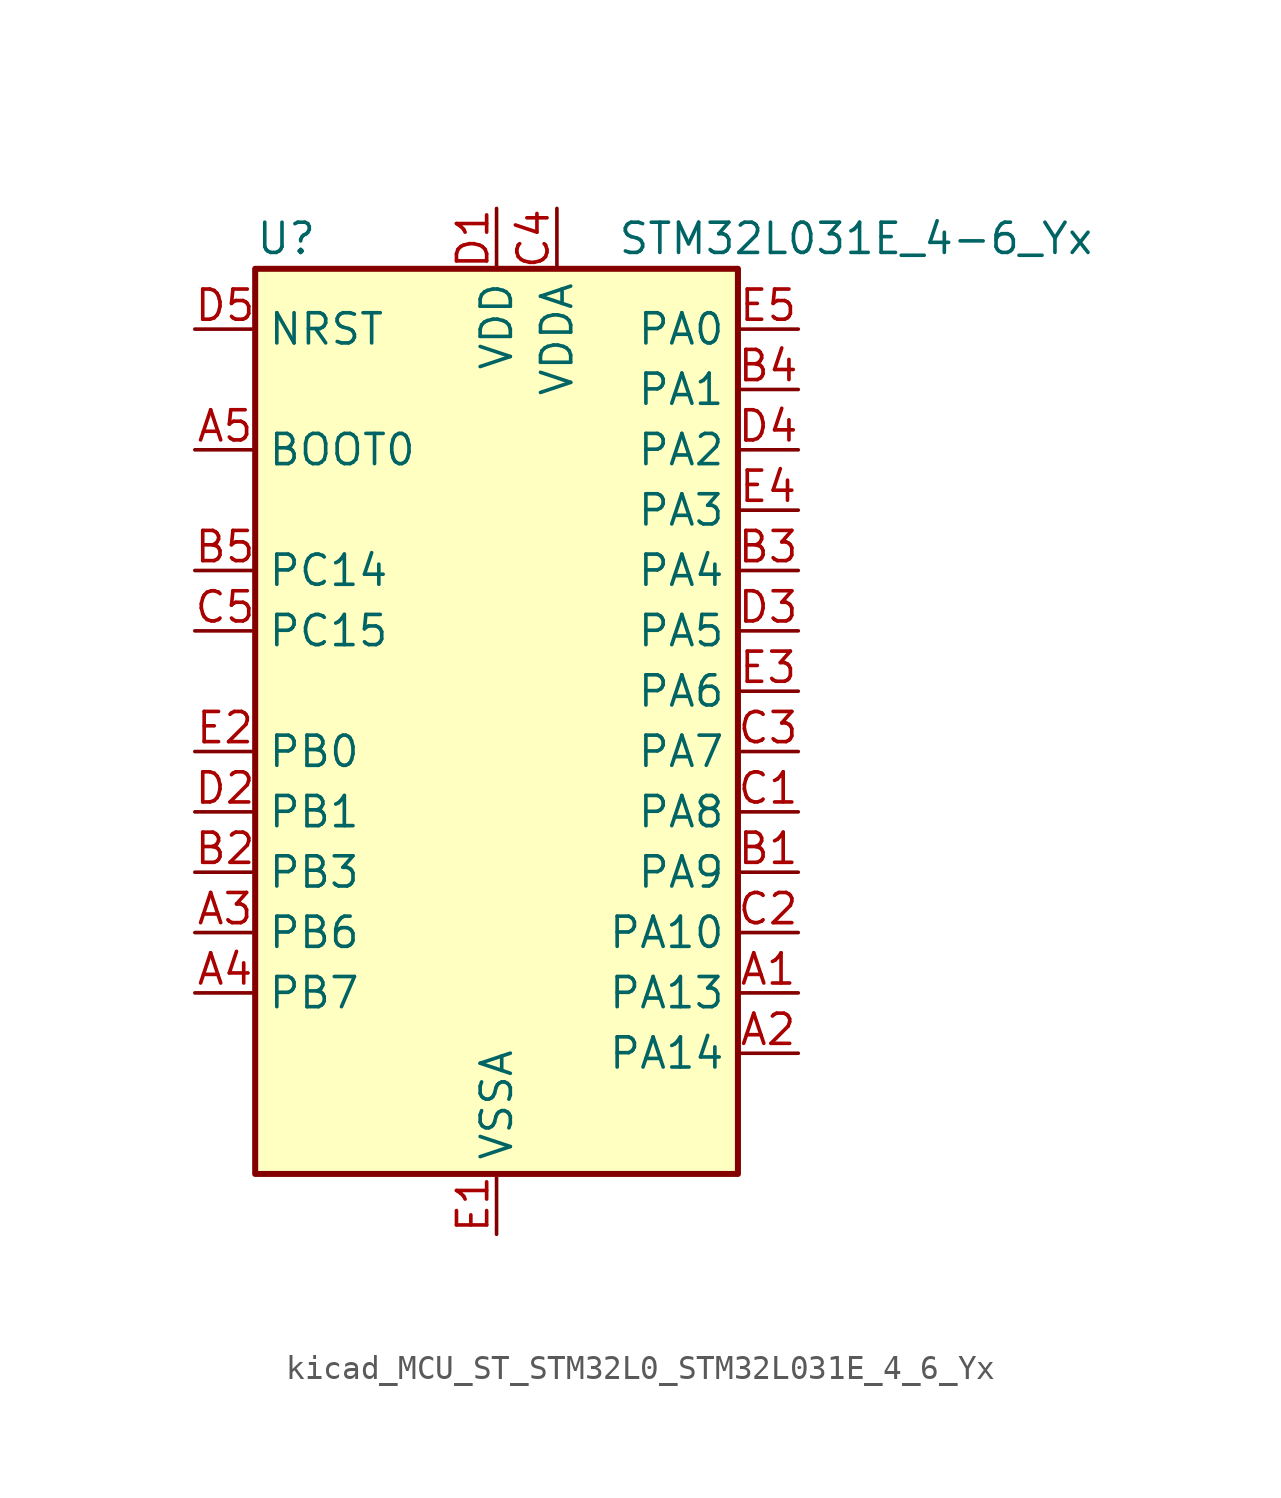
<source format=kicad_sym>
(kicad_symbol_lib
  (version 20220914)
  (generator kicad_symbol_editor)
  (symbol "kicad_MCU_ST_STM32L0_STM32L031E_4_6_Yx"
    (property "Reference" "U"
      (at -10.16 21.59 0)
      (effects (font (size 1.27 1.27)) (justify left)))
    (property "Value" "STM32L031E_4-6_Yx"
      (at 5.08 21.59 0)
      (effects (font (size 1.27 1.27)) (justify left)))
    (property "ki_locked" ""
      (at 0 0 0)
      (effects (font (size 1.27 1.27))))
    (symbol "kicad_MCU_ST_STM32L0_STM32L031E_4_6_Yx_0_1"
      (rectangle (start -10.16 -17.78) (end 10.16 20.32) (stroke (width 0.254) (type default)) (fill (type background))))
    (symbol "kicad_MCU_ST_STM32L0_STM32L031E_4_6_Yx_1_1"
      (pin bidirectional line (at 12.7 -10.16 180) (length 2.54) (name "PA13" (effects (font (size 1.27 1.27)))) (number "A1" (effects (font (size 1.27 1.27)))) (alternate "LPTIM1_ETR" bidirectional line) (alternate "LPUART1_RX" bidirectional line) (alternate "SYS_SWDIO" bidirectional line))
      (pin bidirectional line (at 12.7 -12.7 180) (length 2.54) (name "PA14" (effects (font (size 1.27 1.27)))) (number "A2" (effects (font (size 1.27 1.27)))) (alternate "I2C1_SMBA" bidirectional line) (alternate "LPTIM1_OUT" bidirectional line) (alternate "LPUART1_TX" bidirectional line) (alternate "SYS_SWCLK" bidirectional line) (alternate "USART2_TX" bidirectional line))
      (pin bidirectional line (at -12.7 -7.62 0) (length 2.54) (name "PB6" (effects (font (size 1.27 1.27)))) (number "A3" (effects (font (size 1.27 1.27)))) (alternate "COMP2_INP" bidirectional line) (alternate "I2C1_SCL" bidirectional line) (alternate "LPTIM1_ETR" bidirectional line) (alternate "TIM21_CH1" bidirectional line) (alternate "USART2_TX" bidirectional line))
      (pin bidirectional line (at -12.7 -10.16 0) (length 2.54) (name "PB7" (effects (font (size 1.27 1.27)))) (number "A4" (effects (font (size 1.27 1.27)))) (alternate "COMP2_INP" bidirectional line) (alternate "I2C1_SDA" bidirectional line) (alternate "LPTIM1_IN2" bidirectional line) (alternate "SYS_PVD_IN" bidirectional line) (alternate "USART2_RX" bidirectional line))
      (pin input line (at -12.7 12.7 0) (length 2.54) (name "BOOT0" (effects (font (size 1.27 1.27)))) (number "A5" (effects (font (size 1.27 1.27)))))
      (pin bidirectional line (at 12.7 -5.08 180) (length 2.54) (name "PA9" (effects (font (size 1.27 1.27)))) (number "B1" (effects (font (size 1.27 1.27)))) (alternate "I2C1_SCL" bidirectional line) (alternate "RCC_MCO" bidirectional line) (alternate "TIM22_CH1" bidirectional line) (alternate "USART2_TX" bidirectional line))
      (pin bidirectional line (at -12.7 -5.08 0) (length 2.54) (name "PB3" (effects (font (size 1.27 1.27)))) (number "B2" (effects (font (size 1.27 1.27)))) (alternate "COMP2_INM" bidirectional line) (alternate "SPI1_SCK" bidirectional line) (alternate "TIM2_CH2" bidirectional line))
      (pin bidirectional line (at 12.7 7.62 180) (length 2.54) (name "PA4" (effects (font (size 1.27 1.27)))) (number "B3" (effects (font (size 1.27 1.27)))) (alternate "ADC_IN4" bidirectional line) (alternate "COMP1_INM" bidirectional line) (alternate "COMP2_INM" bidirectional line) (alternate "LPTIM1_IN1" bidirectional line) (alternate "SPI1_NSS" bidirectional line) (alternate "TIM22_ETR" bidirectional line) (alternate "USART2_CK" bidirectional line))
      (pin bidirectional line (at 12.7 15.24 180) (length 2.54) (name "PA1" (effects (font (size 1.27 1.27)))) (number "B4" (effects (font (size 1.27 1.27)))) (alternate "ADC_IN1" bidirectional line) (alternate "COMP1_INP" bidirectional line) (alternate "I2C1_SMBA" bidirectional line) (alternate "LPTIM1_IN2" bidirectional line) (alternate "TIM21_ETR" bidirectional line) (alternate "TIM2_CH2" bidirectional line) (alternate "USART2_DE" bidirectional line) (alternate "USART2_RTS" bidirectional line))
      (pin bidirectional line (at -12.7 7.62 0) (length 2.54) (name "PC14" (effects (font (size 1.27 1.27)))) (number "B5" (effects (font (size 1.27 1.27)))) (alternate "RCC_OSC32_IN" bidirectional line))
      (pin bidirectional line (at 12.7 -2.54 180) (length 2.54) (name "PA8" (effects (font (size 1.27 1.27)))) (number "C1" (effects (font (size 1.27 1.27)))) (alternate "LPTIM1_IN1" bidirectional line) (alternate "RCC_MCO" bidirectional line) (alternate "TIM2_CH1" bidirectional line) (alternate "USART2_CK" bidirectional line))
      (pin bidirectional line (at 12.7 -7.62 180) (length 2.54) (name "PA10" (effects (font (size 1.27 1.27)))) (number "C2" (effects (font (size 1.27 1.27)))) (alternate "I2C1_SDA" bidirectional line) (alternate "TIM22_CH2" bidirectional line) (alternate "USART2_RX" bidirectional line))
      (pin bidirectional line (at 12.7 0 180) (length 2.54) (name "PA7" (effects (font (size 1.27 1.27)))) (number "C3" (effects (font (size 1.27 1.27)))) (alternate "ADC_IN7" bidirectional line) (alternate "COMP2_OUT" bidirectional line) (alternate "LPTIM1_OUT" bidirectional line) (alternate "SPI1_MOSI" bidirectional line) (alternate "TIM22_CH2" bidirectional line) (alternate "USART2_CTS" bidirectional line))
      (pin power_in line (at 2.54 22.86 270) (length 2.54) (name "VDDA" (effects (font (size 1.27 1.27)))) (number "C4" (effects (font (size 1.27 1.27)))))
      (pin bidirectional line (at -12.7 5.08 0) (length 2.54) (name "PC15" (effects (font (size 1.27 1.27)))) (number "C5" (effects (font (size 1.27 1.27)))) (alternate "RCC_OSC32_OUT" bidirectional line))
      (pin power_in line (at 0 22.86 270) (length 2.54) (name "VDD" (effects (font (size 1.27 1.27)))) (number "D1" (effects (font (size 1.27 1.27)))))
      (pin bidirectional line (at -12.7 -2.54 0) (length 2.54) (name "PB1" (effects (font (size 1.27 1.27)))) (number "D2" (effects (font (size 1.27 1.27)))) (alternate "ADC_IN9" bidirectional line) (alternate "LPUART1_DE" bidirectional line) (alternate "LPUART1_RTS" bidirectional line) (alternate "SPI1_MOSI" bidirectional line) (alternate "SYS_VREF_OUT_PB1" bidirectional line) (alternate "TIM2_CH4" bidirectional line) (alternate "USART2_CK" bidirectional line))
      (pin bidirectional line (at 12.7 5.08 180) (length 2.54) (name "PA5" (effects (font (size 1.27 1.27)))) (number "D3" (effects (font (size 1.27 1.27)))) (alternate "ADC_IN5" bidirectional line) (alternate "COMP1_INM" bidirectional line) (alternate "COMP2_INM" bidirectional line) (alternate "LPTIM1_IN2" bidirectional line) (alternate "SPI1_SCK" bidirectional line) (alternate "TIM2_CH1" bidirectional line) (alternate "TIM2_ETR" bidirectional line))
      (pin bidirectional line (at 12.7 12.7 180) (length 2.54) (name "PA2" (effects (font (size 1.27 1.27)))) (number "D4" (effects (font (size 1.27 1.27)))) (alternate "ADC_IN2" bidirectional line) (alternate "COMP2_INM" bidirectional line) (alternate "COMP2_OUT" bidirectional line) (alternate "LPUART1_TX" bidirectional line) (alternate "RTC_OUT_ALARM" bidirectional line) (alternate "RTC_OUT_CALIB" bidirectional line) (alternate "RTC_TAMP3" bidirectional line) (alternate "RTC_TS" bidirectional line) (alternate "SYS_WKUP3" bidirectional line) (alternate "TIM21_CH1" bidirectional line) (alternate "TIM2_CH3" bidirectional line) (alternate "USART2_TX" bidirectional line))
      (pin input line (at -12.7 17.78 0) (length 2.54) (name "NRST" (effects (font (size 1.27 1.27)))) (number "D5" (effects (font (size 1.27 1.27)))))
      (pin power_in line (at 0 -20.32 90) (length 2.54) (name "VSSA" (effects (font (size 1.27 1.27)))) (number "E1" (effects (font (size 1.27 1.27)))))
      (pin bidirectional line (at -12.7 0 0) (length 2.54) (name "PB0" (effects (font (size 1.27 1.27)))) (number "E2" (effects (font (size 1.27 1.27)))) (alternate "ADC_IN8" bidirectional line) (alternate "SPI1_MISO" bidirectional line) (alternate "SYS_VREF_OUT_PB0" bidirectional line) (alternate "TIM2_CH3" bidirectional line) (alternate "USART2_DE" bidirectional line) (alternate "USART2_RTS" bidirectional line))
      (pin bidirectional line (at 12.7 2.54 180) (length 2.54) (name "PA6" (effects (font (size 1.27 1.27)))) (number "E3" (effects (font (size 1.27 1.27)))) (alternate "ADC_IN6" bidirectional line) (alternate "COMP1_OUT" bidirectional line) (alternate "LPTIM1_ETR" bidirectional line) (alternate "LPUART1_CTS" bidirectional line) (alternate "SPI1_MISO" bidirectional line) (alternate "TIM22_CH1" bidirectional line))
      (pin bidirectional line (at 12.7 10.16 180) (length 2.54) (name "PA3" (effects (font (size 1.27 1.27)))) (number "E4" (effects (font (size 1.27 1.27)))) (alternate "ADC_IN3" bidirectional line) (alternate "COMP2_INP" bidirectional line) (alternate "LPUART1_RX" bidirectional line) (alternate "TIM21_CH2" bidirectional line) (alternate "TIM2_CH4" bidirectional line) (alternate "USART2_RX" bidirectional line))
      (pin bidirectional line (at 12.7 17.78 180) (length 2.54) (name "PA0" (effects (font (size 1.27 1.27)))) (number "E5" (effects (font (size 1.27 1.27)))) (alternate "ADC_IN0" bidirectional line) (alternate "COMP1_INM" bidirectional line) (alternate "COMP1_OUT" bidirectional line) (alternate "LPTIM1_IN1" bidirectional line) (alternate "RCC_CK_IN" bidirectional line) (alternate "RTC_TAMP2" bidirectional line) (alternate "SYS_WKUP1" bidirectional line) (alternate "TIM2_CH1" bidirectional line) (alternate "TIM2_ETR" bidirectional line) (alternate "USART2_CTS" bidirectional line)))))
</source>
